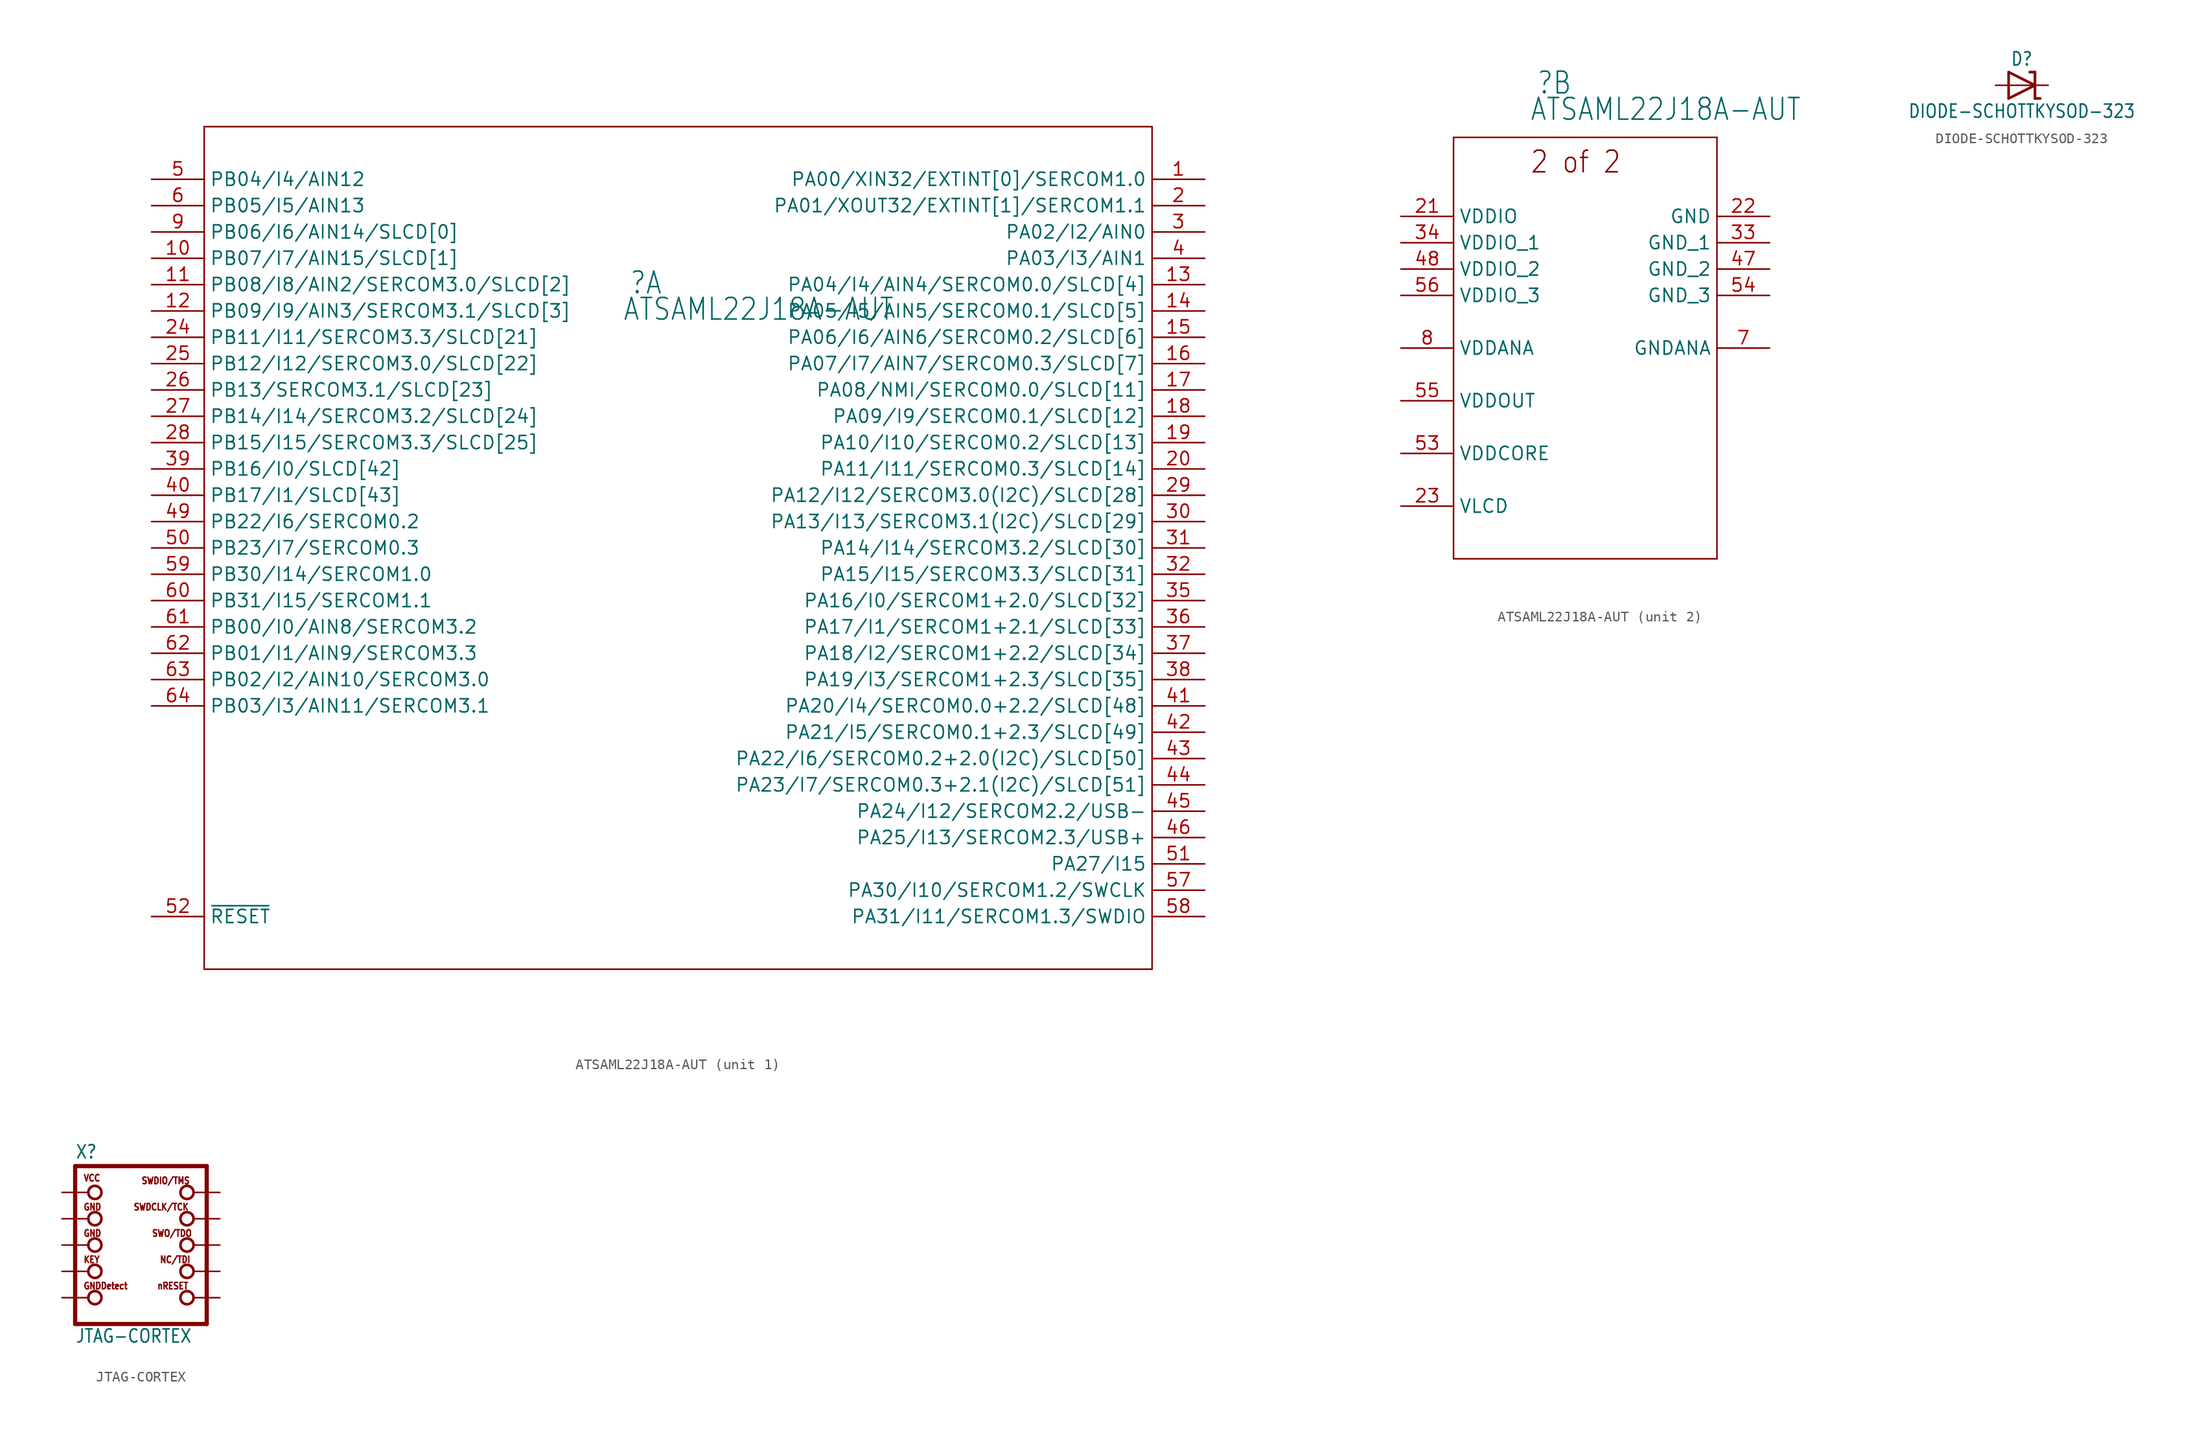
<source format=kicad_sym>
(kicad_symbol_lib
  (version 20211014)
  (generator kicad_symbol_editor)
  (symbol "ATSAML22J18A-AUT"
    (property "Reference" ""
      (at -4.724 24.359 0)
      (effects (font (size 2.083 1.77)) (justify left bottom)))
    (property "Value" "ATSAML22J18A-AUT"
      (at -5.359 21.819 0)
      (effects (font (size 2.083 1.77)) (justify left bottom)))
    (property "ki_locked" ""
      (at 0 0 0)
      (effects (font (size 1.27 1.27))))
    (symbol "ATSAML22J18A-AUT_1_0"
      (polyline (pts (xy -45.72 -40.64) (xy 45.72 -40.64)) (stroke (width 0.152) (type default) (color 0 0 0 0)) (fill (type none)))
      (polyline (pts (xy -45.72 40.64) (xy -45.72 -40.64)) (stroke (width 0.152) (type default) (color 0 0 0 0)) (fill (type none)))
      (polyline (pts (xy 45.72 -40.64) (xy 45.72 40.64)) (stroke (width 0.152) (type default) (color 0 0 0 0)) (fill (type none)))
      (polyline (pts (xy 45.72 40.64) (xy -45.72 40.64)) (stroke (width 0.152) (type default) (color 0 0 0 0)) (fill (type none)))
      (pin bidirectional line (at 50.8 35.56 180) (length 5.08) (name "PA00/XIN32/EXTINT[0]/SERCOM1.0" (effects (font (size 1.27 1.27)))) (number "1" (effects (font (size 1.27 1.27)))))
      (pin bidirectional line (at -50.8 27.94 0) (length 5.08) (name "PB07/I7/AIN15/SLCD[1]" (effects (font (size 1.27 1.27)))) (number "10" (effects (font (size 1.27 1.27)))))
      (pin bidirectional line (at -50.8 25.4 0) (length 5.08) (name "PB08/I8/AIN2/SERCOM3.0/SLCD[2]" (effects (font (size 1.27 1.27)))) (number "11" (effects (font (size 1.27 1.27)))))
      (pin bidirectional line (at -50.8 22.86 0) (length 5.08) (name "PB09/I9/AIN3/SERCOM3.1/SLCD[3]" (effects (font (size 1.27 1.27)))) (number "12" (effects (font (size 1.27 1.27)))))
      (pin bidirectional line (at 50.8 25.4 180) (length 5.08) (name "PA04/I4/AIN4/SERCOM0.0/SLCD[4]" (effects (font (size 1.27 1.27)))) (number "13" (effects (font (size 1.27 1.27)))))
      (pin bidirectional line (at 50.8 22.86 180) (length 5.08) (name "PA05/I5/AIN5/SERCOM0.1/SLCD[5]" (effects (font (size 1.27 1.27)))) (number "14" (effects (font (size 1.27 1.27)))))
      (pin bidirectional line (at 50.8 20.32 180) (length 5.08) (name "PA06/I6/AIN6/SERCOM0.2/SLCD[6]" (effects (font (size 1.27 1.27)))) (number "15" (effects (font (size 1.27 1.27)))))
      (pin bidirectional line (at 50.8 17.78 180) (length 5.08) (name "PA07/I7/AIN7/SERCOM0.3/SLCD[7]" (effects (font (size 1.27 1.27)))) (number "16" (effects (font (size 1.27 1.27)))))
      (pin bidirectional line (at 50.8 15.24 180) (length 5.08) (name "PA08/NMI/SERCOM0.0/SLCD[11]" (effects (font (size 1.27 1.27)))) (number "17" (effects (font (size 1.27 1.27)))))
      (pin bidirectional line (at 50.8 12.7 180) (length 5.08) (name "PA09/I9/SERCOM0.1/SLCD[12]" (effects (font (size 1.27 1.27)))) (number "18" (effects (font (size 1.27 1.27)))))
      (pin bidirectional line (at 50.8 10.16 180) (length 5.08) (name "PA10/I10/SERCOM0.2/SLCD[13]" (effects (font (size 1.27 1.27)))) (number "19" (effects (font (size 1.27 1.27)))))
      (pin bidirectional line (at 50.8 33.02 180) (length 5.08) (name "PA01/XOUT32/EXTINT[1]/SERCOM1.1" (effects (font (size 1.27 1.27)))) (number "2" (effects (font (size 1.27 1.27)))))
      (pin bidirectional line (at 50.8 7.62 180) (length 5.08) (name "PA11/I11/SERCOM0.3/SLCD[14]" (effects (font (size 1.27 1.27)))) (number "20" (effects (font (size 1.27 1.27)))))
      (pin bidirectional line (at -50.8 20.32 0) (length 5.08) (name "PB11/I11/SERCOM3.3/SLCD[21]" (effects (font (size 1.27 1.27)))) (number "24" (effects (font (size 1.27 1.27)))))
      (pin bidirectional line (at -50.8 17.78 0) (length 5.08) (name "PB12/I12/SERCOM3.0/SLCD[22]" (effects (font (size 1.27 1.27)))) (number "25" (effects (font (size 1.27 1.27)))))
      (pin bidirectional line (at -50.8 15.24 0) (length 5.08) (name "PB13/SERCOM3.1/SLCD[23]" (effects (font (size 1.27 1.27)))) (number "26" (effects (font (size 1.27 1.27)))))
      (pin bidirectional line (at -50.8 12.7 0) (length 5.08) (name "PB14/I14/SERCOM3.2/SLCD[24]" (effects (font (size 1.27 1.27)))) (number "27" (effects (font (size 1.27 1.27)))))
      (pin bidirectional line (at -50.8 10.16 0) (length 5.08) (name "PB15/I15/SERCOM3.3/SLCD[25]" (effects (font (size 1.27 1.27)))) (number "28" (effects (font (size 1.27 1.27)))))
      (pin bidirectional line (at 50.8 5.08 180) (length 5.08) (name "PA12/I12/SERCOM3.0(I2C)/SLCD[28]" (effects (font (size 1.27 1.27)))) (number "29" (effects (font (size 1.27 1.27)))))
      (pin bidirectional line (at 50.8 30.48 180) (length 5.08) (name "PA02/I2/AIN0" (effects (font (size 1.27 1.27)))) (number "3" (effects (font (size 1.27 1.27)))))
      (pin bidirectional line (at 50.8 2.54 180) (length 5.08) (name "PA13/I13/SERCOM3.1(I2C)/SLCD[29]" (effects (font (size 1.27 1.27)))) (number "30" (effects (font (size 1.27 1.27)))))
      (pin bidirectional line (at 50.8 0 180) (length 5.08) (name "PA14/I14/SERCOM3.2/SLCD[30]" (effects (font (size 1.27 1.27)))) (number "31" (effects (font (size 1.27 1.27)))))
      (pin bidirectional line (at 50.8 -2.54 180) (length 5.08) (name "PA15/I15/SERCOM3.3/SLCD[31]" (effects (font (size 1.27 1.27)))) (number "32" (effects (font (size 1.27 1.27)))))
      (pin bidirectional line (at 50.8 -5.08 180) (length 5.08) (name "PA16/I0/SERCOM1+2.0/SLCD[32]" (effects (font (size 1.27 1.27)))) (number "35" (effects (font (size 1.27 1.27)))))
      (pin bidirectional line (at 50.8 -7.62 180) (length 5.08) (name "PA17/I1/SERCOM1+2.1/SLCD[33]" (effects (font (size 1.27 1.27)))) (number "36" (effects (font (size 1.27 1.27)))))
      (pin bidirectional line (at 50.8 -10.16 180) (length 5.08) (name "PA18/I2/SERCOM1+2.2/SLCD[34]" (effects (font (size 1.27 1.27)))) (number "37" (effects (font (size 1.27 1.27)))))
      (pin bidirectional line (at 50.8 -12.7 180) (length 5.08) (name "PA19/I3/SERCOM1+2.3/SLCD[35]" (effects (font (size 1.27 1.27)))) (number "38" (effects (font (size 1.27 1.27)))))
      (pin bidirectional line (at -50.8 7.62 0) (length 5.08) (name "PB16/I0/SLCD[42]" (effects (font (size 1.27 1.27)))) (number "39" (effects (font (size 1.27 1.27)))))
      (pin bidirectional line (at 50.8 27.94 180) (length 5.08) (name "PA03/I3/AIN1" (effects (font (size 1.27 1.27)))) (number "4" (effects (font (size 1.27 1.27)))))
      (pin bidirectional line (at -50.8 5.08 0) (length 5.08) (name "PB17/I1/SLCD[43]" (effects (font (size 1.27 1.27)))) (number "40" (effects (font (size 1.27 1.27)))))
      (pin bidirectional line (at 50.8 -15.24 180) (length 5.08) (name "PA20/I4/SERCOM0.0+2.2/SLCD[48]" (effects (font (size 1.27 1.27)))) (number "41" (effects (font (size 1.27 1.27)))))
      (pin bidirectional line (at 50.8 -17.78 180) (length 5.08) (name "PA21/I5/SERCOM0.1+2.3/SLCD[49]" (effects (font (size 1.27 1.27)))) (number "42" (effects (font (size 1.27 1.27)))))
      (pin bidirectional line (at 50.8 -20.32 180) (length 5.08) (name "PA22/I6/SERCOM0.2+2.0(I2C)/SLCD[50]" (effects (font (size 1.27 1.27)))) (number "43" (effects (font (size 1.27 1.27)))))
      (pin bidirectional line (at 50.8 -22.86 180) (length 5.08) (name "PA23/I7/SERCOM0.3+2.1(I2C)/SLCD[51]" (effects (font (size 1.27 1.27)))) (number "44" (effects (font (size 1.27 1.27)))))
      (pin bidirectional line (at 50.8 -25.4 180) (length 5.08) (name "PA24/I12/SERCOM2.2/USB-" (effects (font (size 1.27 1.27)))) (number "45" (effects (font (size 1.27 1.27)))))
      (pin bidirectional line (at 50.8 -27.94 180) (length 5.08) (name "PA25/I13/SERCOM2.3/USB+" (effects (font (size 1.27 1.27)))) (number "46" (effects (font (size 1.27 1.27)))))
      (pin bidirectional line (at -50.8 2.54 0) (length 5.08) (name "PB22/I6/SERCOM0.2" (effects (font (size 1.27 1.27)))) (number "49" (effects (font (size 1.27 1.27)))))
      (pin bidirectional line (at -50.8 35.56 0) (length 5.08) (name "PB04/I4/AIN12" (effects (font (size 1.27 1.27)))) (number "5" (effects (font (size 1.27 1.27)))))
      (pin bidirectional line (at -50.8 0 0) (length 5.08) (name "PB23/I7/SERCOM0.3" (effects (font (size 1.27 1.27)))) (number "50" (effects (font (size 1.27 1.27)))))
      (pin bidirectional line (at 50.8 -30.48 180) (length 5.08) (name "PA27/I15" (effects (font (size 1.27 1.27)))) (number "51" (effects (font (size 1.27 1.27)))))
      (pin bidirectional line (at -50.8 -35.56 0) (length 5.08) (name "~{RESET}" (effects (font (size 1.27 1.27)))) (number "52" (effects (font (size 1.27 1.27)))))
      (pin bidirectional line (at 50.8 -33.02 180) (length 5.08) (name "PA30/I10/SERCOM1.2/SWCLK" (effects (font (size 1.27 1.27)))) (number "57" (effects (font (size 1.27 1.27)))))
      (pin bidirectional line (at 50.8 -35.56 180) (length 5.08) (name "PA31/I11/SERCOM1.3/SWDIO" (effects (font (size 1.27 1.27)))) (number "58" (effects (font (size 1.27 1.27)))))
      (pin bidirectional line (at -50.8 -2.54 0) (length 5.08) (name "PB30/I14/SERCOM1.0" (effects (font (size 1.27 1.27)))) (number "59" (effects (font (size 1.27 1.27)))))
      (pin bidirectional line (at -50.8 33.02 0) (length 5.08) (name "PB05/I5/AIN13" (effects (font (size 1.27 1.27)))) (number "6" (effects (font (size 1.27 1.27)))))
      (pin bidirectional line (at -50.8 -5.08 0) (length 5.08) (name "PB31/I15/SERCOM1.1" (effects (font (size 1.27 1.27)))) (number "60" (effects (font (size 1.27 1.27)))))
      (pin bidirectional line (at -50.8 -7.62 0) (length 5.08) (name "PB00/I0/AIN8/SERCOM3.2" (effects (font (size 1.27 1.27)))) (number "61" (effects (font (size 1.27 1.27)))))
      (pin bidirectional line (at -50.8 -10.16 0) (length 5.08) (name "PB01/I1/AIN9/SERCOM3.3" (effects (font (size 1.27 1.27)))) (number "62" (effects (font (size 1.27 1.27)))))
      (pin bidirectional line (at -50.8 -12.7 0) (length 5.08) (name "PB02/I2/AIN10/SERCOM3.0" (effects (font (size 1.27 1.27)))) (number "63" (effects (font (size 1.27 1.27)))))
      (pin bidirectional line (at -50.8 -15.24 0) (length 5.08) (name "PB03/I3/AIN11/SERCOM3.1" (effects (font (size 1.27 1.27)))) (number "64" (effects (font (size 1.27 1.27)))))
      (pin bidirectional line (at -50.8 30.48 0) (length 5.08) (name "PB06/I6/AIN14/SLCD[0]" (effects (font (size 1.27 1.27)))) (number "9" (effects (font (size 1.27 1.27))))))
    (symbol "ATSAML22J18A-AUT_2_0"
      (polyline (pts (xy -12.7 -20.32) (xy 12.7 -20.32)) (stroke (width 0.152) (type default) (color 0 0 0 0)) (fill (type none)))
      (polyline (pts (xy -12.7 20.32) (xy -12.7 -20.32)) (stroke (width 0.152) (type default) (color 0 0 0 0)) (fill (type none)))
      (polyline (pts (xy 12.7 -20.32) (xy 12.7 20.32)) (stroke (width 0.152) (type default) (color 0 0 0 0)) (fill (type none)))
      (polyline (pts (xy 12.7 20.32) (xy -12.7 20.32)) (stroke (width 0.152) (type default) (color 0 0 0 0)) (fill (type none)))
      (text "2 of 2" (at -5.359 16.739 0) (effects (font (size 2.083 1.77)) (justify left bottom)))
      (pin power_in line (at -17.78 12.7 0) (length 5.08) (name "VDDIO" (effects (font (size 1.27 1.27)))) (number "21" (effects (font (size 1.27 1.27)))))
      (pin passive line (at 17.78 12.7 180) (length 5.08) (name "GND" (effects (font (size 1.27 1.27)))) (number "22" (effects (font (size 1.27 1.27)))))
      (pin passive line (at -17.78 -15.24 0) (length 5.08) (name "VLCD" (effects (font (size 1.27 1.27)))) (number "23" (effects (font (size 1.27 1.27)))))
      (pin passive line (at 17.78 10.16 180) (length 5.08) (name "GND_1" (effects (font (size 1.27 1.27)))) (number "33" (effects (font (size 1.27 1.27)))))
      (pin power_in line (at -17.78 10.16 0) (length 5.08) (name "VDDIO_1" (effects (font (size 1.27 1.27)))) (number "34" (effects (font (size 1.27 1.27)))))
      (pin passive line (at 17.78 7.62 180) (length 5.08) (name "GND_2" (effects (font (size 1.27 1.27)))) (number "47" (effects (font (size 1.27 1.27)))))
      (pin power_in line (at -17.78 7.62 0) (length 5.08) (name "VDDIO_2" (effects (font (size 1.27 1.27)))) (number "48" (effects (font (size 1.27 1.27)))))
      (pin power_in line (at -17.78 -10.16 0) (length 5.08) (name "VDDCORE" (effects (font (size 1.27 1.27)))) (number "53" (effects (font (size 1.27 1.27)))))
      (pin passive line (at 17.78 5.08 180) (length 5.08) (name "GND_3" (effects (font (size 1.27 1.27)))) (number "54" (effects (font (size 1.27 1.27)))))
      (pin output line (at -17.78 -5.08 0) (length 5.08) (name "VDDOUT" (effects (font (size 1.27 1.27)))) (number "55" (effects (font (size 1.27 1.27)))))
      (pin power_in line (at -17.78 5.08 0) (length 5.08) (name "VDDIO_3" (effects (font (size 1.27 1.27)))) (number "56" (effects (font (size 1.27 1.27)))))
      (pin passive line (at 17.78 0 180) (length 5.08) (name "GNDANA" (effects (font (size 1.27 1.27)))) (number "7" (effects (font (size 1.27 1.27)))))
      (pin power_in line (at -17.78 0 0) (length 5.08) (name "VDDANA" (effects (font (size 1.27 1.27)))) (number "8" (effects (font (size 1.27 1.27)))))))
  (symbol "DIODE-SCHOTTKYSOD-323"
    (property "Reference" "D"
      (at 0 2.54 0)
      (effects (font (size 1.27 1.079))))
    (property "Value" "DIODE-SCHOTTKYSOD-323"
      (at 0 -2.5 0)
      (effects (font (size 1.27 1.079))))
    (property "ki_locked" ""
      (at 0 0 0)
      (effects (font (size 1.27 1.27))))
    (symbol "DIODE-SCHOTTKYSOD-323_1_0"
      (polyline (pts (xy -1.27 -1.27) (xy 1.27 0)) (stroke (width 0.254) (type default) (color 0 0 0 0)) (fill (type none)))
      (polyline (pts (xy -1.27 1.27) (xy -1.27 -1.27)) (stroke (width 0.254) (type default) (color 0 0 0 0)) (fill (type none)))
      (polyline (pts (xy 1.27 -1.27) (xy 1.778 -1.27)) (stroke (width 0.254) (type default) (color 0 0 0 0)) (fill (type none)))
      (polyline (pts (xy 1.27 0) (xy -1.27 1.27)) (stroke (width 0.254) (type default) (color 0 0 0 0)) (fill (type none)))
      (polyline (pts (xy 1.27 0) (xy 1.27 -1.27)) (stroke (width 0.254) (type default) (color 0 0 0 0)) (fill (type none)))
      (polyline (pts (xy 1.27 1.27) (xy 0.762 1.27)) (stroke (width 0.254) (type default) (color 0 0 0 0)) (fill (type none)))
      (polyline (pts (xy 1.27 1.27) (xy 1.27 0)) (stroke (width 0.254) (type default) (color 0 0 0 0)) (fill (type none)))
      (pin passive line (at -2.54 0 0) (length 2.54) (name "A" (effects (font (size 0 0)))) (number "A" (effects (font (size 0 0)))))
      (pin passive line (at 2.54 0 180) (length 2.54) (name "C" (effects (font (size 0 0)))) (number "C" (effects (font (size 0 0)))))))
  (symbol "JTAG-CORTEX"
    (property "Reference" "X"
      (at -6.35 8.255 0)
      (effects (font (size 1.27 1.079)) (justify left bottom)))
    (property "Value" "JTAG-CORTEX"
      (at -6.35 -9.525 0)
      (effects (font (size 1.27 1.079)) (justify left bottom)))
    (property "ki_locked" ""
      (at 0 0 0)
      (effects (font (size 1.27 1.27))))
    (symbol "JTAG-CORTEX_1_0"
      (circle (center -4.445 -5.08) (radius 0.635) (stroke (width 0.254) (type default) (color 0 0 0 0)) (fill (type none)))
      (circle (center -4.445 -2.54) (radius 0.635) (stroke (width 0.254) (type default) (color 0 0 0 0)) (fill (type none)))
      (circle (center -4.445 0) (radius 0.635) (stroke (width 0.254) (type default) (color 0 0 0 0)) (fill (type none)))
      (circle (center -4.445 2.54) (radius 0.635) (stroke (width 0.254) (type default) (color 0 0 0 0)) (fill (type none)))
      (circle (center -4.445 5.08) (radius 0.635) (stroke (width 0.254) (type default) (color 0 0 0 0)) (fill (type none)))
      (polyline (pts (xy -6.35 7.62) (xy -6.35 -7.62)) (stroke (width 0.406) (type default) (color 0 0 0 0)) (fill (type none)))
      (polyline (pts (xy -6.35 7.62) (xy 6.35 7.62)) (stroke (width 0.406) (type default) (color 0 0 0 0)) (fill (type none)))
      (polyline (pts (xy 6.35 -7.62) (xy -6.35 -7.62)) (stroke (width 0.406) (type default) (color 0 0 0 0)) (fill (type none)))
      (polyline (pts (xy 6.35 -7.62) (xy 6.35 7.62)) (stroke (width 0.406) (type default) (color 0 0 0 0)) (fill (type none)))
      (circle (center 4.445 -5.08) (radius 0.635) (stroke (width 0.254) (type default) (color 0 0 0 0)) (fill (type none)))
      (circle (center 4.445 -2.54) (radius 0.635) (stroke (width 0.254) (type default) (color 0 0 0 0)) (fill (type none)))
      (circle (center 4.445 0) (radius 0.635) (stroke (width 0.254) (type default) (color 0 0 0 0)) (fill (type none)))
      (circle (center 4.445 2.54) (radius 0.635) (stroke (width 0.254) (type default) (color 0 0 0 0)) (fill (type none)))
      (circle (center 4.445 5.08) (radius 0.635) (stroke (width 0.254) (type default) (color 0 0 0 0)) (fill (type none)))
      (text "GND" (at -5.588 0.762 0) (effects (font (size 0.635 0.54)) (justify left bottom)))
      (text "GND" (at -5.588 3.302 0) (effects (font (size 0.635 0.54)) (justify left bottom)))
      (text "GNDDetect" (at -5.588 -4.318 0) (effects (font (size 0.635 0.54)) (justify left bottom)))
      (text "KEY" (at -5.588 -1.778 0) (effects (font (size 0.635 0.54)) (justify left bottom)))
      (text "NC/TDI" (at 1.778 -1.778 0) (effects (font (size 0.635 0.54)) (justify left bottom)))
      (text "nRESET" (at 1.524 -4.318 0) (effects (font (size 0.635 0.54)) (justify left bottom)))
      (text "SWDCLK/TCK" (at -0.762 3.302 0) (effects (font (size 0.635 0.54)) (justify left bottom)))
      (text "SWDIO/TMS" (at 0 5.842 0) (effects (font (size 0.635 0.54)) (justify left bottom)))
      (text "SWO/TDO" (at 1.016 0.762 0) (effects (font (size 0.635 0.54)) (justify left bottom)))
      (text "VCC" (at -5.588 6.096 0) (effects (font (size 0.635 0.54)) (justify left bottom)))
      (pin power_in line (at -7.62 5.08 0) (length 2.54) (name "VCC" (effects (font (size 0 0)))) (number "1" (effects (font (size 0 0)))))
      (pin bidirectional line (at 7.62 -5.08 180) (length 2.54) (name "NRESET" (effects (font (size 0 0)))) (number "10" (effects (font (size 0 0)))))
      (pin bidirectional line (at 7.62 5.08 180) (length 2.54) (name "SWDIO" (effects (font (size 0 0)))) (number "2" (effects (font (size 0 0)))))
      (pin power_in line (at -7.62 2.54 0) (length 2.54) (name "GND@1" (effects (font (size 0 0)))) (number "3" (effects (font (size 0 0)))))
      (pin bidirectional line (at 7.62 2.54 180) (length 2.54) (name "SWDCLK" (effects (font (size 0 0)))) (number "4" (effects (font (size 0 0)))))
      (pin power_in line (at -7.62 0 0) (length 2.54) (name "GND@2" (effects (font (size 0 0)))) (number "5" (effects (font (size 0 0)))))
      (pin bidirectional line (at 7.62 0 180) (length 2.54) (name "SWO" (effects (font (size 0 0)))) (number "6" (effects (font (size 0 0)))))
      (pin bidirectional line (at -7.62 -2.54 0) (length 2.54) (name "KEY" (effects (font (size 0 0)))) (number "7" (effects (font (size 0 0)))))
      (pin bidirectional line (at 7.62 -2.54 180) (length 2.54) (name "TDI" (effects (font (size 0 0)))) (number "8" (effects (font (size 0 0)))))
      (pin bidirectional line (at -7.62 -5.08 0) (length 2.54) (name "GNDDETECT" (effects (font (size 0 0)))) (number "9" (effects (font (size 0 0))))))))
</source>
